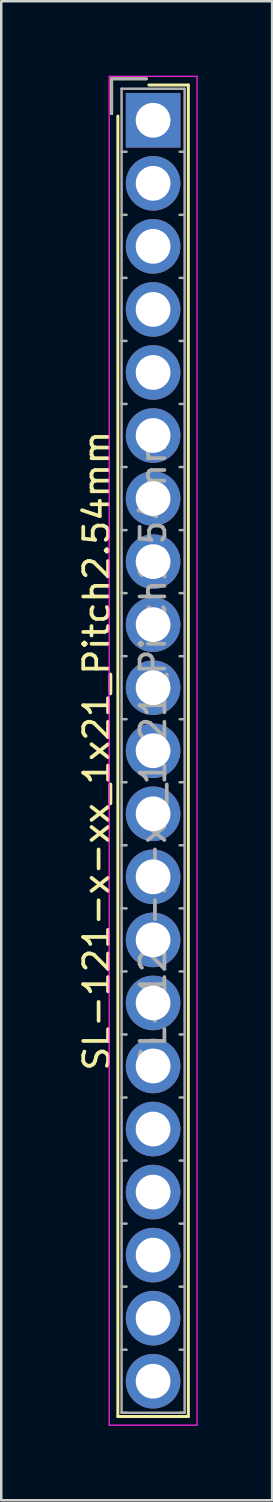
<source format=kicad_pcb>
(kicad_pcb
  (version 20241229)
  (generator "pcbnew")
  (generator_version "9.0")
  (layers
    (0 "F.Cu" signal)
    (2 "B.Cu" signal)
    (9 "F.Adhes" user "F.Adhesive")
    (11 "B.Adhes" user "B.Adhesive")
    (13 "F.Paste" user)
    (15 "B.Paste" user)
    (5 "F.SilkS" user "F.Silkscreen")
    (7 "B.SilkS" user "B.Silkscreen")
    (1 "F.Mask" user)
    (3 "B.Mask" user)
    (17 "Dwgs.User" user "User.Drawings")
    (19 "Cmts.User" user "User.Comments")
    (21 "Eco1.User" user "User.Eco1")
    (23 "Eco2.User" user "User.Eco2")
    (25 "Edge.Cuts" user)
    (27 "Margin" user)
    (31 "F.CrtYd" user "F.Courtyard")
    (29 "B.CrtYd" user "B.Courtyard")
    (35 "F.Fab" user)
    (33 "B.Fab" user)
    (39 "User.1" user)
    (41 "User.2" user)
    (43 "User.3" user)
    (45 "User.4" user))
  (footprint "SL-121-x-xx_1x21_Pitch2.54mm"
    (layer "F.Cu")
    (at 3.118 1.795)
    (property "Reference" "SL-121-x-xx_1x21_Pitch2.54mm" (at -2.27 25.4 90) (layer "F.SilkS") (effects (font (size 1 1) (thickness 0.15))))
    (attr through_hole)
    (fp_line (start -1.67 -1.67) (end -1.67 -0.27) (stroke (width 0.12) (type solid)) (layer "F.SilkS"))
    (fp_line (start -1.42 52.22) (end -1.42 -0.17) (stroke (width 0.12) (type solid)) (layer "F.SilkS"))
    (fp_line (start -0.27 -1.67) (end -1.67 -1.67) (stroke (width 0.12) (type solid)) (layer "F.SilkS"))
    (fp_line (start -0.17 -1.42) (end 1.42 -1.42) (stroke (width 0.12) (type solid)) (layer "F.SilkS"))
    (fp_line (start 1.42 -1.42) (end 1.42 52.22) (stroke (width 0.12) (type solid)) (layer "F.SilkS"))
    (fp_line (start 1.42 52.22) (end -1.42 52.22) (stroke (width 0.12) (type solid)) (layer "F.SilkS"))
    (fp_line (start -1.77 -1.77) (end -1.77 52.57) (stroke (width 0.05) (type solid)) (layer "F.CrtYd"))
    (fp_line (start -1.77 52.57) (end 1.77 52.57) (stroke (width 0.05) (type solid)) (layer "F.CrtYd"))
    (fp_line (start 1.77 -1.77) (end -1.77 -1.77) (stroke (width 0.05) (type solid)) (layer "F.CrtYd"))
    (fp_line (start 1.77 52.57) (end 1.77 -1.77) (stroke (width 0.05) (type solid)) (layer "F.CrtYd"))
    (fp_line (start -1.67 -1.67) (end -1.67 -0.27) (stroke (width 0.1) (type solid)) (layer "F.Fab"))
    (fp_line (start -1.27 -1.27) (end -1.27 52.07) (stroke (width 0.1) (type solid)) (layer "F.Fab"))
    (fp_line (start -1.27 1.27) (end -1.07 1.27) (stroke (width 0.1) (type solid)) (layer "F.Fab"))
    (fp_line (start -1.27 3.81) (end -1.07 3.81) (stroke (width 0.1) (type solid)) (layer "F.Fab"))
    (fp_line (start -1.27 6.35) (end -1.07 6.35) (stroke (width 0.1) (type solid)) (layer "F.Fab"))
    (fp_line (start -1.27 8.89) (end -1.07 8.89) (stroke (width 0.1) (type solid)) (layer "F.Fab"))
    (fp_line (start -1.27 11.43) (end -1.07 11.43) (stroke (width 0.1) (type solid)) (layer "F.Fab"))
    (fp_line (start -1.27 13.97) (end -1.07 13.97) (stroke (width 0.1) (type solid)) (layer "F.Fab"))
    (fp_line (start -1.27 16.51) (end -1.07 16.51) (stroke (width 0.1) (type solid)) (layer "F.Fab"))
    (fp_line (start -1.27 19.05) (end -1.07 19.05) (stroke (width 0.1) (type solid)) (layer "F.Fab"))
    (fp_line (start -1.27 21.59) (end -1.07 21.59) (stroke (width 0.1) (type solid)) (layer "F.Fab"))
    (fp_line (start -1.27 24.13) (end -1.07 24.13) (stroke (width 0.1) (type solid)) (layer "F.Fab"))
    (fp_line (start -1.27 26.67) (end -1.07 26.67) (stroke (width 0.1) (type solid)) (layer "F.Fab"))
    (fp_line (start -1.27 29.21) (end -1.07 29.21) (stroke (width 0.1) (type solid)) (layer "F.Fab"))
    (fp_line (start -1.27 31.75) (end -1.07 31.75) (stroke (width 0.1) (type solid)) (layer "F.Fab"))
    (fp_line (start -1.27 34.29) (end -1.07 34.29) (stroke (width 0.1) (type solid)) (layer "F.Fab"))
    (fp_line (start -1.27 36.83) (end -1.07 36.83) (stroke (width 0.1) (type solid)) (layer "F.Fab"))
    (fp_line (start -1.27 39.37) (end -1.07 39.37) (stroke (width 0.1) (type solid)) (layer "F.Fab"))
    (fp_line (start -1.27 41.91) (end -1.07 41.91) (stroke (width 0.1) (type solid)) (layer "F.Fab"))
    (fp_line (start -1.27 44.45) (end -1.07 44.45) (stroke (width 0.1) (type solid)) (layer "F.Fab"))
    (fp_line (start -1.27 46.99) (end -1.07 46.99) (stroke (width 0.1) (type solid)) (layer "F.Fab"))
    (fp_line (start -1.27 49.53) (end -1.07 49.53) (stroke (width 0.1) (type solid)) (layer "F.Fab"))
    (fp_line (start -1.27 52.07) (end -1.07 52.07) (stroke (width 0.1) (type solid)) (layer "F.Fab"))
    (fp_line (start -1.27 52.07) (end 1.27 52.07) (stroke (width 0.1) (type solid)) (layer "F.Fab"))
    (fp_line (start -0.27 -1.67) (end -1.67 -1.67) (stroke (width 0.1) (type solid)) (layer "F.Fab"))
    (fp_line (start 1.27 -1.27) (end -1.27 -1.27) (stroke (width 0.1) (type solid)) (layer "F.Fab"))
    (fp_line (start 1.27 1.27) (end 1.07 1.27) (stroke (width 0.1) (type solid)) (layer "F.Fab"))
    (fp_line (start 1.27 3.81) (end 1.07 3.81) (stroke (width 0.1) (type solid)) (layer "F.Fab"))
    (fp_line (start 1.27 6.35) (end 1.07 6.35) (stroke (width 0.1) (type solid)) (layer "F.Fab"))
    (fp_line (start 1.27 8.89) (end 1.07 8.89) (stroke (width 0.1) (type solid)) (layer "F.Fab"))
    (fp_line (start 1.27 11.43) (end 1.07 11.43) (stroke (width 0.1) (type solid)) (layer "F.Fab"))
    (fp_line (start 1.27 13.97) (end 1.07 13.97) (stroke (width 0.1) (type solid)) (layer "F.Fab"))
    (fp_line (start 1.27 16.51) (end 1.07 16.51) (stroke (width 0.1) (type solid)) (layer "F.Fab"))
    (fp_line (start 1.27 19.05) (end 1.07 19.05) (stroke (width 0.1) (type solid)) (layer "F.Fab"))
    (fp_line (start 1.27 21.59) (end 1.07 21.59) (stroke (width 0.1) (type solid)) (layer "F.Fab"))
    (fp_line (start 1.27 24.13) (end 1.07 24.13) (stroke (width 0.1) (type solid)) (layer "F.Fab"))
    (fp_line (start 1.27 26.67) (end 1.07 26.67) (stroke (width 0.1) (type solid)) (layer "F.Fab"))
    (fp_line (start 1.27 29.21) (end 1.07 29.21) (stroke (width 0.1) (type solid)) (layer "F.Fab"))
    (fp_line (start 1.27 31.75) (end 1.07 31.75) (stroke (width 0.1) (type solid)) (layer "F.Fab"))
    (fp_line (start 1.27 34.29) (end 1.07 34.29) (stroke (width 0.1) (type solid)) (layer "F.Fab"))
    (fp_line (start 1.27 36.83) (end 1.07 36.83) (stroke (width 0.1) (type solid)) (layer "F.Fab"))
    (fp_line (start 1.27 39.37) (end 1.07 39.37) (stroke (width 0.1) (type solid)) (layer "F.Fab"))
    (fp_line (start 1.27 41.91) (end 1.07 41.91) (stroke (width 0.1) (type solid)) (layer "F.Fab"))
    (fp_line (start 1.27 44.45) (end 1.07 44.45) (stroke (width 0.1) (type solid)) (layer "F.Fab"))
    (fp_line (start 1.27 46.99) (end 1.07 46.99) (stroke (width 0.1) (type solid)) (layer "F.Fab"))
    (fp_line (start 1.27 49.53) (end 1.07 49.53) (stroke (width 0.1) (type solid)) (layer "F.Fab"))
    (fp_line (start 1.27 52.07) (end 1.07 52.07) (stroke (width 0.1) (type solid)) (layer "F.Fab"))
    (fp_line (start 1.27 52.07) (end 1.27 -1.27) (stroke (width 0.1) (type solid)) (layer "F.Fab"))
    (fp_text user "${REFERENCE}" (at 0 25.4 90) (layer "F.Fab") (effects (font (size 1 1) (thickness 0.15))))
    (pad "1" thru_hole rect (at 0 0) (size 2.2 2.2) (drill 1.4) (layers "*.Cu" "*.Mask"))
    (pad "2" thru_hole circle (at 0 2.54) (size 2.2 2.2) (drill 1.4) (layers "*.Cu" "*.Mask"))
    (pad "3" thru_hole circle (at 0 5.08) (size 2.2 2.2) (drill 1.4) (layers "*.Cu" "*.Mask"))
    (pad "4" thru_hole circle (at 0 7.62) (size 2.2 2.2) (drill 1.4) (layers "*.Cu" "*.Mask"))
    (pad "5" thru_hole circle (at 0 10.16) (size 2.2 2.2) (drill 1.4) (layers "*.Cu" "*.Mask"))
    (pad "6" thru_hole circle (at 0 12.7) (size 2.2 2.2) (drill 1.4) (layers "*.Cu" "*.Mask"))
    (pad "7" thru_hole circle (at 0 15.24) (size 2.2 2.2) (drill 1.4) (layers "*.Cu" "*.Mask"))
    (pad "8" thru_hole circle (at 0 17.78) (size 2.2 2.2) (drill 1.4) (layers "*.Cu" "*.Mask"))
    (pad "9" thru_hole circle (at 0 20.32) (size 2.2 2.2) (drill 1.4) (layers "*.Cu" "*.Mask"))
    (pad "10" thru_hole circle (at 0 22.86) (size 2.2 2.2) (drill 1.4) (layers "*.Cu" "*.Mask"))
    (pad "11" thru_hole circle (at 0 25.4) (size 2.2 2.2) (drill 1.4) (layers "*.Cu" "*.Mask"))
    (pad "12" thru_hole circle (at 0 27.94) (size 2.2 2.2) (drill 1.4) (layers "*.Cu" "*.Mask"))
    (pad "13" thru_hole circle (at 0 30.48) (size 2.2 2.2) (drill 1.4) (layers "*.Cu" "*.Mask"))
    (pad "14" thru_hole circle (at 0 33.02) (size 2.2 2.2) (drill 1.4) (layers "*.Cu" "*.Mask"))
    (pad "15" thru_hole circle (at 0 35.56) (size 2.2 2.2) (drill 1.4) (layers "*.Cu" "*.Mask"))
    (pad "16" thru_hole circle (at 0 38.1) (size 2.2 2.2) (drill 1.4) (layers "*.Cu" "*.Mask"))
    (pad "17" thru_hole circle (at 0 40.64) (size 2.2 2.2) (drill 1.4) (layers "*.Cu" "*.Mask"))
    (pad "18" thru_hole circle (at 0 43.18) (size 2.2 2.2) (drill 1.4) (layers "*.Cu" "*.Mask"))
    (pad "19" thru_hole circle (at 0 45.72) (size 2.2 2.2) (drill 1.4) (layers "*.Cu" "*.Mask"))
    (pad "20" thru_hole circle (at 0 48.26) (size 2.2 2.2) (drill 1.4) (layers "*.Cu" "*.Mask"))
    (pad "21" thru_hole circle (at 0 50.8) (size 2.2 2.2) (drill 1.4) (layers "*.Cu" "*.Mask")))
  (gr_rect
    (start -3 -3)
    (end 7.913 57.39)
    (stroke (width 0.1) (type default))
    (fill no)
    (layer "Edge.Cuts")))
</source>
